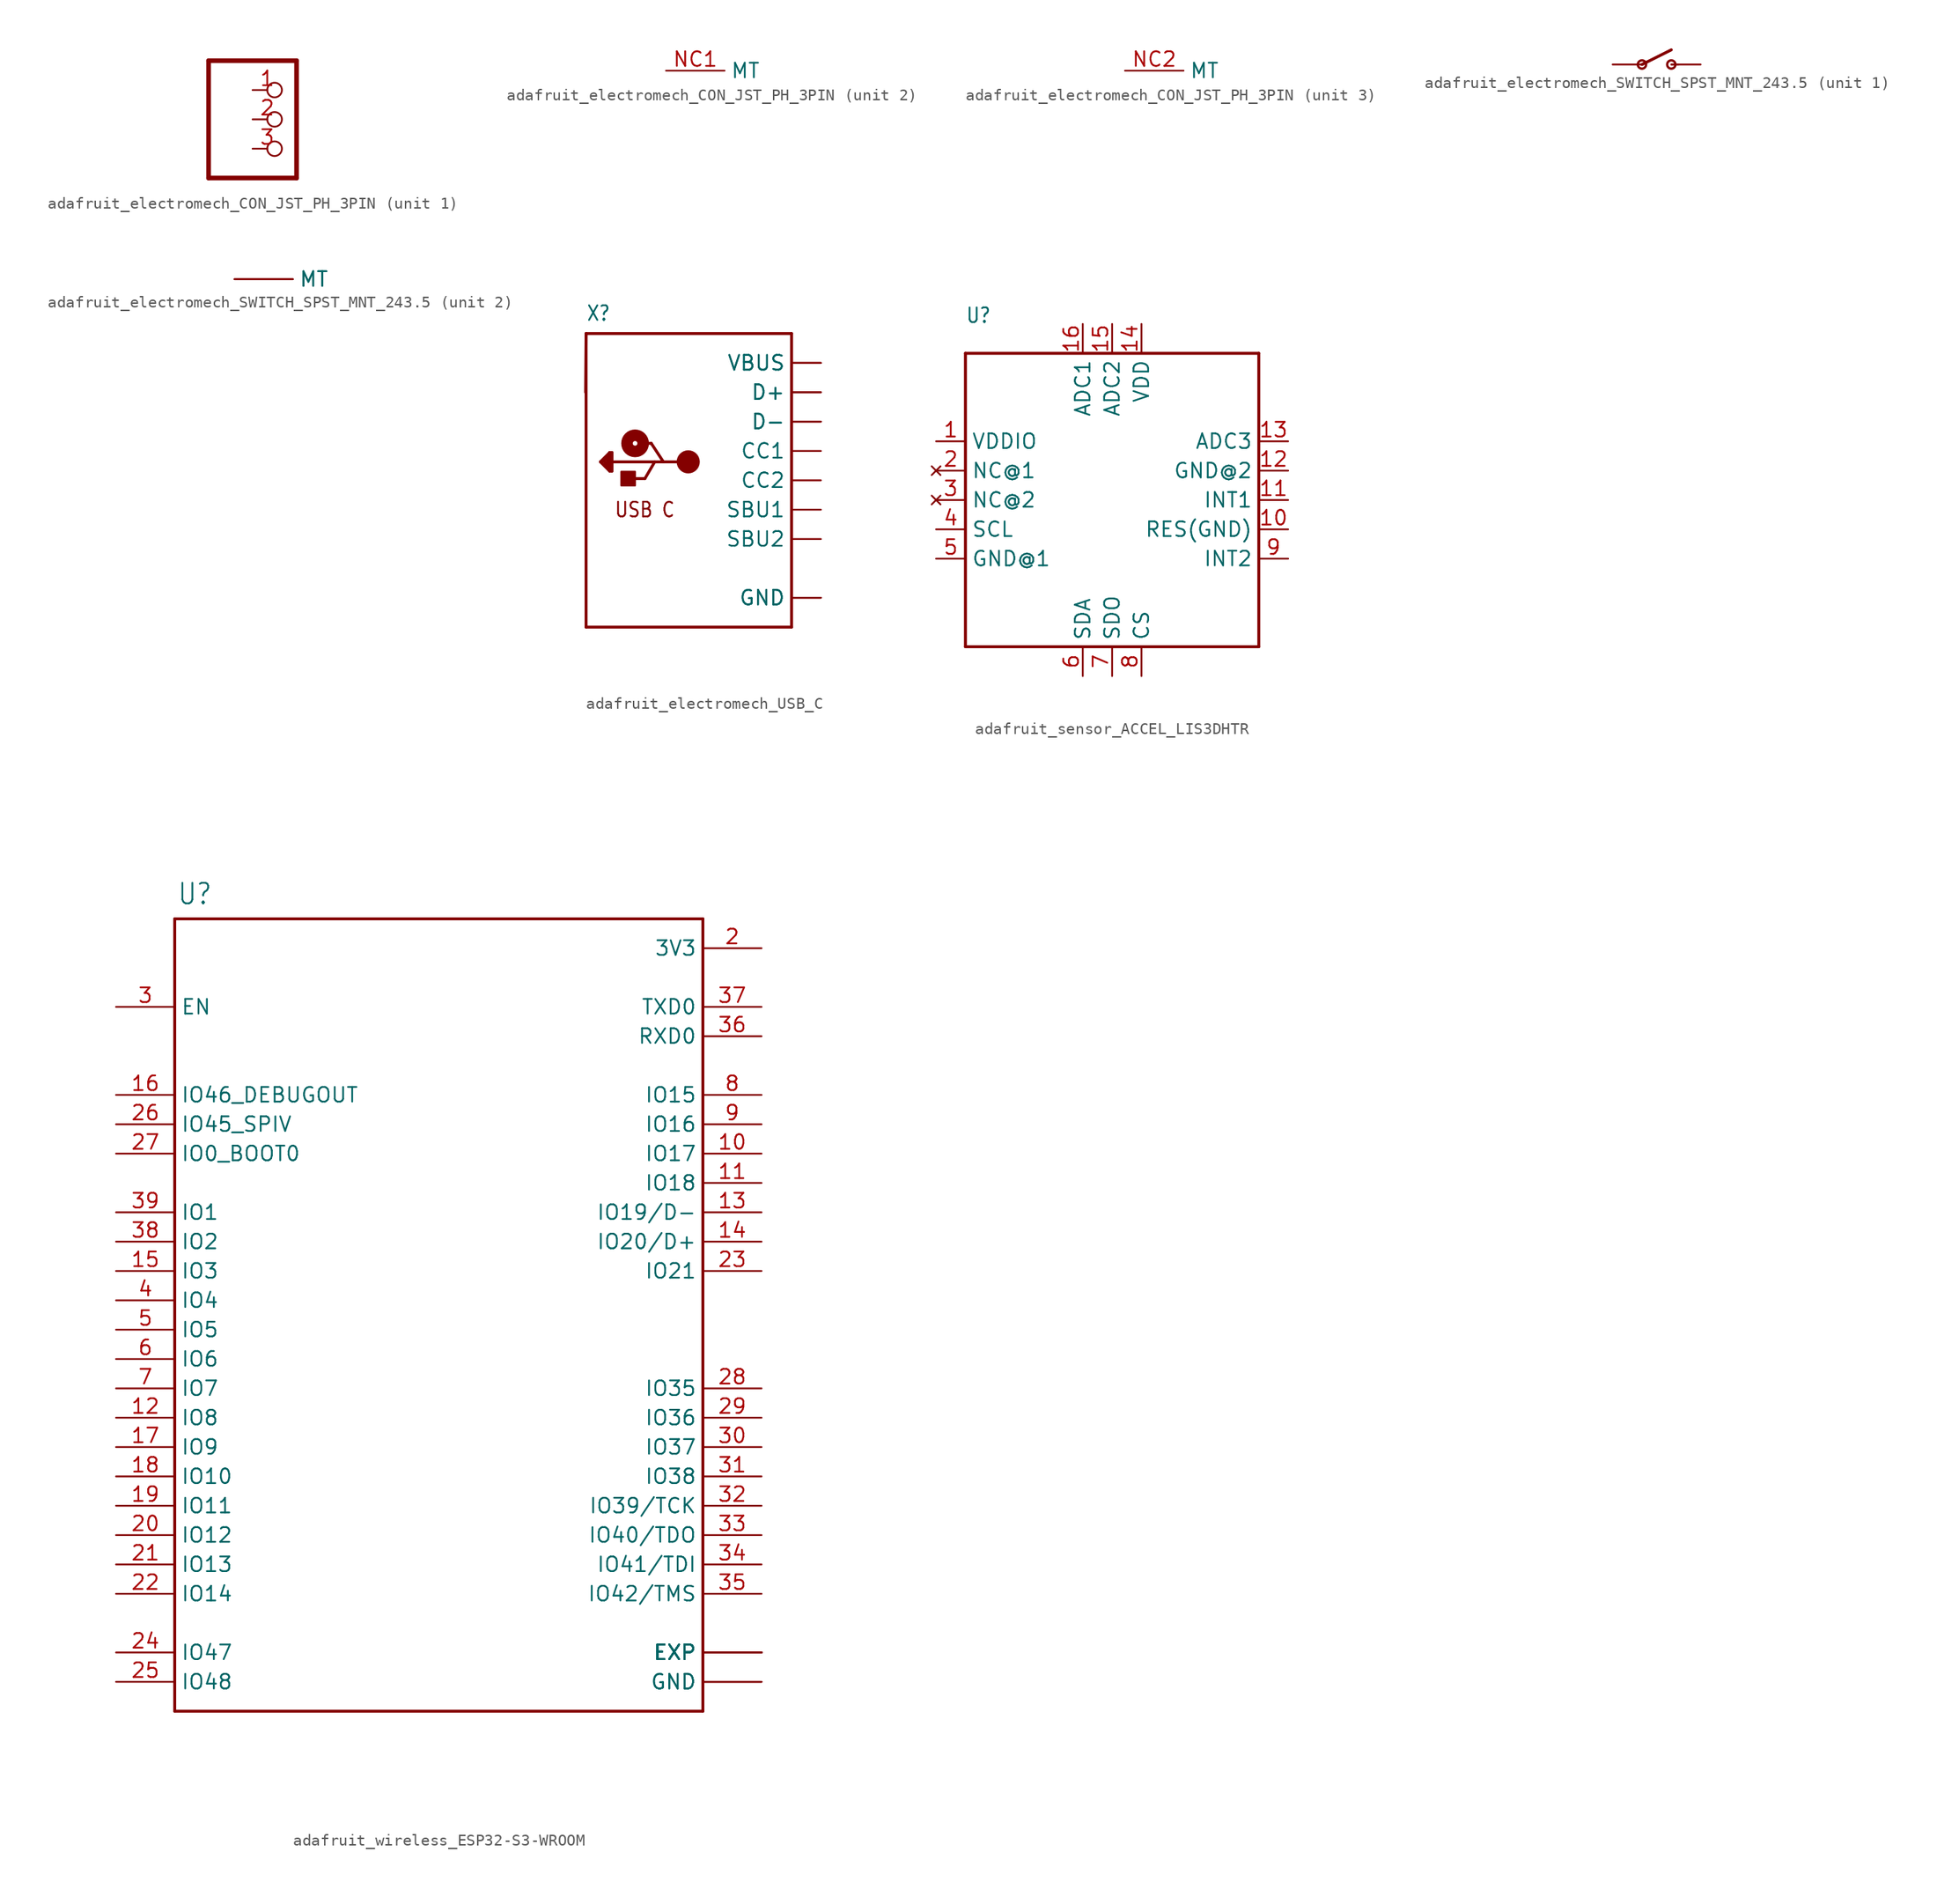
<source format=kicad_sym>
(kicad_symbol_lib
  (version 20231120)
  (generator "kicad_symbol_editor")
  (generator_version "8.0")
  (symbol "adafruit_electromech_CON_JST_PH_3PIN"
    (property "Reference" "X"
      (at -6.35 5.715 0)
      (effects (font (size 1.778 1.511)) (justify left bottom) (hide yes)))
    (property "ki_locked" ""
      (at 0 0 0)
      (effects (font (size 1.27 1.27))))
    (symbol "adafruit_electromech_CON_JST_PH_3PIN_1_0"
      (polyline (pts (xy -6.35 -5.08) (xy 1.27 -5.08)) (stroke (width 0.406) (type solid)) (fill (type none)))
      (polyline (pts (xy -6.35 5.08) (xy -6.35 -5.08)) (stroke (width 0.406) (type solid)) (fill (type none)))
      (polyline (pts (xy 1.27 -5.08) (xy 1.27 5.08)) (stroke (width 0.406) (type solid)) (fill (type none)))
      (polyline (pts (xy 1.27 5.08) (xy -6.35 5.08)) (stroke (width 0.406) (type solid)) (fill (type none)))
      (pin passive inverted (at -2.54 2.54 0) (length 2.54) (name "1" (effects (font (size 0 0)))) (number "1" (effects (font (size 1.27 1.27)))))
      (pin passive inverted (at -2.54 0 0) (length 2.54) (name "2" (effects (font (size 0 0)))) (number "2" (effects (font (size 1.27 1.27)))))
      (pin passive inverted (at -2.54 -2.54 0) (length 2.54) (name "3" (effects (font (size 0 0)))) (number "3" (effects (font (size 1.27 1.27))))))
    (symbol "adafruit_electromech_CON_JST_PH_3PIN_2_0"
      (pin bidirectional line (at 0 0 0) (length 5.08) (name "MT" (effects (font (size 1.27 1.27)))) (number "NC1" (effects (font (size 1.27 1.27))))))
    (symbol "adafruit_electromech_CON_JST_PH_3PIN_3_0"
      (pin bidirectional line (at 0 0 0) (length 5.08) (name "MT" (effects (font (size 1.27 1.27)))) (number "NC2" (effects (font (size 1.27 1.27)))))))
  (symbol "adafruit_electromech_SWITCH_SPST_MNT_243.5"
    (property "Reference" "SW"
      (at -4.445 2.54 0)
      (effects (font (size 1.27 1.079)) (justify left bottom) (hide yes)))
    (property "ki_locked" ""
      (at 0 0 0)
      (effects (font (size 1.27 1.27))))
    (symbol "adafruit_electromech_SWITCH_SPST_MNT_243.5_1_0"
      (circle (center -2.54 0) (radius 0.359) (stroke (width 0.203) (type solid)) (fill (type none)))
      (polyline (pts (xy -2.54 0) (xy 0 1.27)) (stroke (width 0.254) (type solid)) (fill (type none)))
      (polyline (pts (xy 0 0) (xy 0.635 0)) (stroke (width 0.127) (type solid)) (fill (type none)))
      (circle (center 0 0) (radius 0.359) (stroke (width 0.203) (type solid)) (fill (type none)))
      (pin passive line (at -5.08 0 0) (length 2.54) (name "P" (effects (font (size 0 0)))) (number "1" (effects (font (size 0 0)))))
      (pin passive line (at 2.54 0 180) (length 2.54) (name "S" (effects (font (size 0 0)))) (number "2" (effects (font (size 0 0))))))
    (symbol "adafruit_electromech_SWITCH_SPST_MNT_243.5_2_0"
      (pin bidirectional line (at 0 0 0) (length 5.08) (name "MT" (effects (font (size 1.27 1.27)))) (number "MT1" (effects (font (size 0 0)))))
      (pin bidirectional line (at 0 0 0) (length 5.08) (name "MT" (effects (font (size 1.27 1.27)))) (number "MT2" (effects (font (size 0 0)))))))
  (symbol "adafruit_electromech_USB_C"
    (property "Reference" "X"
      (at -10.16 13.716 0)
      (effects (font (size 1.27 1.079)) (justify left bottom)))
    (property "Value" ""
      (at -10.16 -15.24 0)
      (effects (font (size 1.27 1.079)) (justify left bottom)))
    (property "ki_locked" ""
      (at 0 0 0)
      (effects (font (size 1.27 1.27))))
    (symbol "adafruit_electromech_USB_C_1_0"
      (rectangle (start -7.12 -0.45) (end -5.92 0.75) (stroke (width 0) (type default)) (fill (type outline)))
      (circle (center -5.92 3.2) (radius 0.2) (stroke (width 1) (type solid)) (fill (type none)))
      (circle (center -1.32 1.6) (radius 0.5) (stroke (width 1) (type solid)) (fill (type none)))
      (polyline (pts (xy -10.2 7.62) (xy -10.16 12.7)) (stroke (width 0.254) (type solid)) (fill (type none)))
      (polyline (pts (xy -10.16 -12.7) (xy 7.62 -12.7)) (stroke (width 0.254) (type solid)) (fill (type none)))
      (polyline (pts (xy -10.16 12.7) (xy -10.16 -12.7)) (stroke (width 0.254) (type solid)) (fill (type none)))
      (polyline (pts (xy -10.16 12.7) (xy 7.62 12.7)) (stroke (width 0.254) (type solid)) (fill (type none)))
      (polyline (pts (xy -8.92 1.6) (xy -8.12 2.4)) (stroke (width 0.254) (type solid)) (fill (type none)))
      (polyline (pts (xy -8.52 1.4) (xy -8.32 1.2)) (stroke (width 0.254) (type solid)) (fill (type none)))
      (polyline (pts (xy -8.52 1.6) (xy -8.52 1.4)) (stroke (width 0.254) (type solid)) (fill (type none)))
      (polyline (pts (xy -8.32 1.2) (xy -8.32 2)) (stroke (width 0.254) (type solid)) (fill (type none)))
      (polyline (pts (xy -8.32 2) (xy -8.72 1.6)) (stroke (width 0.254) (type solid)) (fill (type none)))
      (polyline (pts (xy -8.12 0.8) (xy -8.92 1.6)) (stroke (width 0.254) (type solid)) (fill (type none)))
      (polyline (pts (xy -8.12 1) (xy -8.12 2.4)) (stroke (width 0.254) (type solid)) (fill (type none)))
      (polyline (pts (xy -8.12 2.4) (xy -7.92 2.4)) (stroke (width 0.254) (type solid)) (fill (type none)))
      (polyline (pts (xy -7.92 0.8) (xy -8.12 0.8)) (stroke (width 0.254) (type solid)) (fill (type none)))
      (polyline (pts (xy -7.92 1.6) (xy -7.92 0.8)) (stroke (width 0.254) (type solid)) (fill (type none)))
      (polyline (pts (xy -7.92 2.4) (xy -7.92 1.6)) (stroke (width 0.254) (type solid)) (fill (type none)))
      (polyline (pts (xy -6.27 0.15) (xy -5.07 0.15)) (stroke (width 0.254) (type solid)) (fill (type none)))
      (polyline (pts (xy -5.52 3.2) (xy -4.52 3.2)) (stroke (width 0.254) (type solid)) (fill (type none)))
      (polyline (pts (xy -5.07 0.15) (xy -4.22 1.6)) (stroke (width 0.254) (type solid)) (fill (type none)))
      (polyline (pts (xy -4.52 3.2) (xy -3.47 1.6)) (stroke (width 0.254) (type solid)) (fill (type none)))
      (polyline (pts (xy -4.22 1.6) (xy -7.92 1.6)) (stroke (width 0.254) (type solid)) (fill (type none)))
      (polyline (pts (xy -3.47 1.6) (xy -4.22 1.6)) (stroke (width 0.254) (type solid)) (fill (type none)))
      (polyline (pts (xy -1.32 1.6) (xy -3.47 1.6)) (stroke (width 0.254) (type solid)) (fill (type none)))
      (polyline (pts (xy 7.62 12.7) (xy 7.62 -12.7)) (stroke (width 0.254) (type solid)) (fill (type none)))
      (text "USB C" (at -5.08 -2.54 0) (effects (font (size 1.27 1.079))))
      (pin power_in line (at 10.16 -10.16 180) (length 2.54) (name "GND" (effects (font (size 1.27 1.27)))) (number "A1B12" (effects (font (size 0 0)))))
      (pin power_in line (at 10.16 10.16 180) (length 2.54) (name "VBUS" (effects (font (size 1.27 1.27)))) (number "A4B9" (effects (font (size 0 0)))))
      (pin bidirectional line (at 10.16 2.54 180) (length 2.54) (name "CC1" (effects (font (size 1.27 1.27)))) (number "A5" (effects (font (size 0 0)))))
      (pin bidirectional line (at 10.16 7.62 180) (length 2.54) (name "D+" (effects (font (size 1.27 1.27)))) (number "A6" (effects (font (size 0 0)))))
      (pin bidirectional line (at 10.16 5.08 180) (length 2.54) (name "D-" (effects (font (size 1.27 1.27)))) (number "A7" (effects (font (size 0 0)))))
      (pin bidirectional line (at 10.16 -2.54 180) (length 2.54) (name "SBU1" (effects (font (size 1.27 1.27)))) (number "A8" (effects (font (size 0 0)))))
      (pin power_in line (at 10.16 -10.16 180) (length 2.54) (name "GND" (effects (font (size 1.27 1.27)))) (number "B1A12" (effects (font (size 0 0)))))
      (pin power_in line (at 10.16 10.16 180) (length 2.54) (name "VBUS" (effects (font (size 1.27 1.27)))) (number "B4A9" (effects (font (size 0 0)))))
      (pin bidirectional line (at 10.16 0 180) (length 2.54) (name "CC2" (effects (font (size 1.27 1.27)))) (number "B5" (effects (font (size 0 0)))))
      (pin bidirectional line (at 10.16 7.62 180) (length 2.54) (name "D+" (effects (font (size 1.27 1.27)))) (number "B6" (effects (font (size 0 0)))))
      (pin bidirectional line (at 10.16 5.08 180) (length 2.54) (name "D-" (effects (font (size 1.27 1.27)))) (number "B7" (effects (font (size 0 0)))))
      (pin bidirectional line (at 10.16 -5.08 180) (length 2.54) (name "SBU2" (effects (font (size 1.27 1.27)))) (number "B8" (effects (font (size 0 0)))))))
  (symbol "adafruit_sensor_ACCEL_LIS3DHTR"
    (property "Reference" "U"
      (at -12.7 15.24 0)
      (effects (font (size 1.27 1.079)) (justify left bottom)))
    (property "Value" ""
      (at 5.08 -15.24 0)
      (effects (font (size 1.27 1.079)) (justify left bottom)))
    (property "ki_locked" ""
      (at 0 0 0)
      (effects (font (size 1.27 1.27))))
    (symbol "adafruit_sensor_ACCEL_LIS3DHTR_1_0"
      (polyline (pts (xy -12.7 -12.7) (xy -12.7 12.7)) (stroke (width 0.254) (type solid)) (fill (type none)))
      (polyline (pts (xy -12.7 12.7) (xy 12.7 12.7)) (stroke (width 0.254) (type solid)) (fill (type none)))
      (polyline (pts (xy 12.7 -12.7) (xy -12.7 -12.7)) (stroke (width 0.254) (type solid)) (fill (type none)))
      (polyline (pts (xy 12.7 12.7) (xy 12.7 -12.7)) (stroke (width 0.254) (type solid)) (fill (type none)))
      (pin power_in line (at -15.24 5.08 0) (length 2.54) (name "VDDIO" (effects (font (size 1.27 1.27)))) (number "1" (effects (font (size 1.27 1.27)))))
      (pin bidirectional line (at 15.24 -2.54 180) (length 2.54) (name "RES(GND)" (effects (font (size 1.27 1.27)))) (number "10" (effects (font (size 1.27 1.27)))))
      (pin output line (at 15.24 0 180) (length 2.54) (name "INT1" (effects (font (size 1.27 1.27)))) (number "11" (effects (font (size 1.27 1.27)))))
      (pin power_in line (at 15.24 2.54 180) (length 2.54) (name "GND@2" (effects (font (size 1.27 1.27)))) (number "12" (effects (font (size 1.27 1.27)))))
      (pin input line (at 15.24 5.08 180) (length 2.54) (name "ADC3" (effects (font (size 1.27 1.27)))) (number "13" (effects (font (size 1.27 1.27)))))
      (pin power_in line (at 2.54 15.24 270) (length 2.54) (name "VDD" (effects (font (size 1.27 1.27)))) (number "14" (effects (font (size 1.27 1.27)))))
      (pin input line (at 0 15.24 270) (length 2.54) (name "ADC2" (effects (font (size 1.27 1.27)))) (number "15" (effects (font (size 1.27 1.27)))))
      (pin input line (at -2.54 15.24 270) (length 2.54) (name "ADC1" (effects (font (size 1.27 1.27)))) (number "16" (effects (font (size 1.27 1.27)))))
      (pin no_connect line (at -15.24 2.54 0) (length 2.54) (name "NC@1" (effects (font (size 1.27 1.27)))) (number "2" (effects (font (size 1.27 1.27)))))
      (pin no_connect line (at -15.24 0 0) (length 2.54) (name "NC@2" (effects (font (size 1.27 1.27)))) (number "3" (effects (font (size 1.27 1.27)))))
      (pin bidirectional line (at -15.24 -2.54 0) (length 2.54) (name "SCL" (effects (font (size 1.27 1.27)))) (number "4" (effects (font (size 1.27 1.27)))))
      (pin power_in line (at -15.24 -5.08 0) (length 2.54) (name "GND@1" (effects (font (size 1.27 1.27)))) (number "5" (effects (font (size 1.27 1.27)))))
      (pin bidirectional line (at -2.54 -15.24 90) (length 2.54) (name "SDA" (effects (font (size 1.27 1.27)))) (number "6" (effects (font (size 1.27 1.27)))))
      (pin bidirectional line (at 0 -15.24 90) (length 2.54) (name "SDO" (effects (font (size 1.27 1.27)))) (number "7" (effects (font (size 1.27 1.27)))))
      (pin input line (at 2.54 -15.24 90) (length 2.54) (name "CS" (effects (font (size 1.27 1.27)))) (number "8" (effects (font (size 1.27 1.27)))))
      (pin output line (at 15.24 -5.08 180) (length 2.54) (name "INT2" (effects (font (size 1.27 1.27)))) (number "9" (effects (font (size 1.27 1.27)))))))
  (symbol "adafruit_wireless_ESP32-S3-WROOM"
    (property "Reference" "U"
      (at -22.656 34.135 0)
      (effects (font (size 1.778 1.511)) (justify left bottom)))
    (property "Value" ""
      (at -22.907 -38.208 0)
      (effects (font (size 1.778 1.511)) (justify left bottom)))
    (property "ki_locked" ""
      (at 0 0 0)
      (effects (font (size 1.27 1.27))))
    (symbol "adafruit_wireless_ESP32-S3-WROOM_1_0"
      (polyline (pts (xy -22.86 -35.56) (xy -22.86 33.02)) (stroke (width 0.254) (type solid)) (fill (type none)))
      (polyline (pts (xy -22.86 33.02) (xy 22.86 33.02)) (stroke (width 0.254) (type solid)) (fill (type none)))
      (polyline (pts (xy 22.86 -35.56) (xy -22.86 -35.56)) (stroke (width 0.254) (type solid)) (fill (type none)))
      (polyline (pts (xy 22.86 33.02) (xy 22.86 -35.56)) (stroke (width 0.254) (type solid)) (fill (type none)))
      (pin power_in line (at 27.94 -33.02 180) (length 5.08) (name "GND" (effects (font (size 1.27 1.27)))) (number "1" (effects (font (size 0 0)))))
      (pin bidirectional line (at 27.94 12.7 180) (length 5.08) (name "IO17" (effects (font (size 1.27 1.27)))) (number "10" (effects (font (size 1.27 1.27)))))
      (pin bidirectional line (at 27.94 10.16 180) (length 5.08) (name "IO18" (effects (font (size 1.27 1.27)))) (number "11" (effects (font (size 1.27 1.27)))))
      (pin bidirectional line (at -27.94 -10.16 0) (length 5.08) (name "IO8" (effects (font (size 1.27 1.27)))) (number "12" (effects (font (size 1.27 1.27)))))
      (pin bidirectional line (at 27.94 7.62 180) (length 5.08) (name "IO19/D-" (effects (font (size 1.27 1.27)))) (number "13" (effects (font (size 1.27 1.27)))))
      (pin bidirectional line (at 27.94 5.08 180) (length 5.08) (name "IO20/D+" (effects (font (size 1.27 1.27)))) (number "14" (effects (font (size 1.27 1.27)))))
      (pin bidirectional line (at -27.94 2.54 0) (length 5.08) (name "IO3" (effects (font (size 1.27 1.27)))) (number "15" (effects (font (size 1.27 1.27)))))
      (pin input line (at -27.94 17.78 0) (length 5.08) (name "IO46_DEBUGOUT" (effects (font (size 1.27 1.27)))) (number "16" (effects (font (size 1.27 1.27)))))
      (pin bidirectional line (at -27.94 -12.7 0) (length 5.08) (name "IO9" (effects (font (size 1.27 1.27)))) (number "17" (effects (font (size 1.27 1.27)))))
      (pin bidirectional line (at -27.94 -15.24 0) (length 5.08) (name "IO10" (effects (font (size 1.27 1.27)))) (number "18" (effects (font (size 1.27 1.27)))))
      (pin bidirectional line (at -27.94 -17.78 0) (length 5.08) (name "IO11" (effects (font (size 1.27 1.27)))) (number "19" (effects (font (size 1.27 1.27)))))
      (pin power_in line (at 27.94 30.48 180) (length 5.08) (name "3V3" (effects (font (size 1.27 1.27)))) (number "2" (effects (font (size 1.27 1.27)))))
      (pin bidirectional line (at -27.94 -20.32 0) (length 5.08) (name "IO12" (effects (font (size 1.27 1.27)))) (number "20" (effects (font (size 1.27 1.27)))))
      (pin bidirectional line (at -27.94 -22.86 0) (length 5.08) (name "IO13" (effects (font (size 1.27 1.27)))) (number "21" (effects (font (size 1.27 1.27)))))
      (pin bidirectional line (at -27.94 -25.4 0) (length 5.08) (name "IO14" (effects (font (size 1.27 1.27)))) (number "22" (effects (font (size 1.27 1.27)))))
      (pin bidirectional line (at 27.94 2.54 180) (length 5.08) (name "IO21" (effects (font (size 1.27 1.27)))) (number "23" (effects (font (size 1.27 1.27)))))
      (pin bidirectional line (at -27.94 -30.48 0) (length 5.08) (name "IO47" (effects (font (size 1.27 1.27)))) (number "24" (effects (font (size 1.27 1.27)))))
      (pin input line (at -27.94 -33.02 0) (length 5.08) (name "IO48" (effects (font (size 1.27 1.27)))) (number "25" (effects (font (size 1.27 1.27)))))
      (pin bidirectional line (at -27.94 15.24 0) (length 5.08) (name "IO45_SPIV" (effects (font (size 1.27 1.27)))) (number "26" (effects (font (size 1.27 1.27)))))
      (pin bidirectional line (at -27.94 12.7 0) (length 5.08) (name "IO0_BOOT0" (effects (font (size 1.27 1.27)))) (number "27" (effects (font (size 1.27 1.27)))))
      (pin input line (at 27.94 -7.62 180) (length 5.08) (name "IO35" (effects (font (size 1.27 1.27)))) (number "28" (effects (font (size 1.27 1.27)))))
      (pin bidirectional line (at 27.94 -10.16 180) (length 5.08) (name "IO36" (effects (font (size 1.27 1.27)))) (number "29" (effects (font (size 1.27 1.27)))))
      (pin input line (at -27.94 25.4 0) (length 5.08) (name "EN" (effects (font (size 1.27 1.27)))) (number "3" (effects (font (size 1.27 1.27)))))
      (pin bidirectional line (at 27.94 -12.7 180) (length 5.08) (name "IO37" (effects (font (size 1.27 1.27)))) (number "30" (effects (font (size 1.27 1.27)))))
      (pin bidirectional line (at 27.94 -15.24 180) (length 5.08) (name "IO38" (effects (font (size 1.27 1.27)))) (number "31" (effects (font (size 1.27 1.27)))))
      (pin bidirectional line (at 27.94 -17.78 180) (length 5.08) (name "IO39/TCK" (effects (font (size 1.27 1.27)))) (number "32" (effects (font (size 1.27 1.27)))))
      (pin bidirectional line (at 27.94 -20.32 180) (length 5.08) (name "IO40/TDO" (effects (font (size 1.27 1.27)))) (number "33" (effects (font (size 1.27 1.27)))))
      (pin bidirectional line (at 27.94 -22.86 180) (length 5.08) (name "IO41/TDI" (effects (font (size 1.27 1.27)))) (number "34" (effects (font (size 1.27 1.27)))))
      (pin bidirectional line (at 27.94 -25.4 180) (length 5.08) (name "IO42/TMS" (effects (font (size 1.27 1.27)))) (number "35" (effects (font (size 1.27 1.27)))))
      (pin bidirectional line (at 27.94 22.86 180) (length 5.08) (name "RXD0" (effects (font (size 1.27 1.27)))) (number "36" (effects (font (size 1.27 1.27)))))
      (pin bidirectional line (at 27.94 25.4 180) (length 5.08) (name "TXD0" (effects (font (size 1.27 1.27)))) (number "37" (effects (font (size 1.27 1.27)))))
      (pin bidirectional line (at -27.94 5.08 0) (length 5.08) (name "IO2" (effects (font (size 1.27 1.27)))) (number "38" (effects (font (size 1.27 1.27)))))
      (pin bidirectional line (at -27.94 7.62 0) (length 5.08) (name "IO1" (effects (font (size 1.27 1.27)))) (number "39" (effects (font (size 1.27 1.27)))))
      (pin bidirectional line (at -27.94 0 0) (length 5.08) (name "IO4" (effects (font (size 1.27 1.27)))) (number "4" (effects (font (size 1.27 1.27)))))
      (pin power_in line (at 27.94 -33.02 180) (length 5.08) (name "GND" (effects (font (size 1.27 1.27)))) (number "40" (effects (font (size 0 0)))))
      (pin bidirectional line (at -27.94 -2.54 0) (length 5.08) (name "IO5" (effects (font (size 1.27 1.27)))) (number "5" (effects (font (size 1.27 1.27)))))
      (pin bidirectional line (at -27.94 -5.08 0) (length 5.08) (name "IO6" (effects (font (size 1.27 1.27)))) (number "6" (effects (font (size 1.27 1.27)))))
      (pin bidirectional line (at -27.94 -7.62 0) (length 5.08) (name "IO7" (effects (font (size 1.27 1.27)))) (number "7" (effects (font (size 1.27 1.27)))))
      (pin bidirectional line (at 27.94 17.78 180) (length 5.08) (name "IO15" (effects (font (size 1.27 1.27)))) (number "8" (effects (font (size 1.27 1.27)))))
      (pin bidirectional line (at 27.94 15.24 180) (length 5.08) (name "IO16" (effects (font (size 1.27 1.27)))) (number "9" (effects (font (size 1.27 1.27)))))
      (pin power_in line (at 27.94 -30.48 180) (length 5.08) (name "EXP" (effects (font (size 1.27 1.27)))) (number "P$10" (effects (font (size 0 0)))))
      (pin power_in line (at 27.94 -30.48 180) (length 5.08) (name "EXP" (effects (font (size 1.27 1.27)))) (number "P$2" (effects (font (size 0 0)))))
      (pin power_in line (at 27.94 -30.48 180) (length 5.08) (name "EXP" (effects (font (size 1.27 1.27)))) (number "P$3" (effects (font (size 0 0)))))
      (pin power_in line (at 27.94 -30.48 180) (length 5.08) (name "EXP" (effects (font (size 1.27 1.27)))) (number "P$4" (effects (font (size 0 0)))))
      (pin power_in line (at 27.94 -30.48 180) (length 5.08) (name "EXP" (effects (font (size 1.27 1.27)))) (number "P$5" (effects (font (size 0 0)))))
      (pin power_in line (at 27.94 -30.48 180) (length 5.08) (name "EXP" (effects (font (size 1.27 1.27)))) (number "P$6" (effects (font (size 0 0)))))
      (pin power_in line (at 27.94 -30.48 180) (length 5.08) (name "EXP" (effects (font (size 1.27 1.27)))) (number "P$7" (effects (font (size 0 0)))))
      (pin power_in line (at 27.94 -30.48 180) (length 5.08) (name "EXP" (effects (font (size 1.27 1.27)))) (number "P$8" (effects (font (size 0 0)))))
      (pin power_in line (at 27.94 -30.48 180) (length 5.08) (name "EXP" (effects (font (size 1.27 1.27)))) (number "P$9" (effects (font (size 0 0))))))))
</source>
